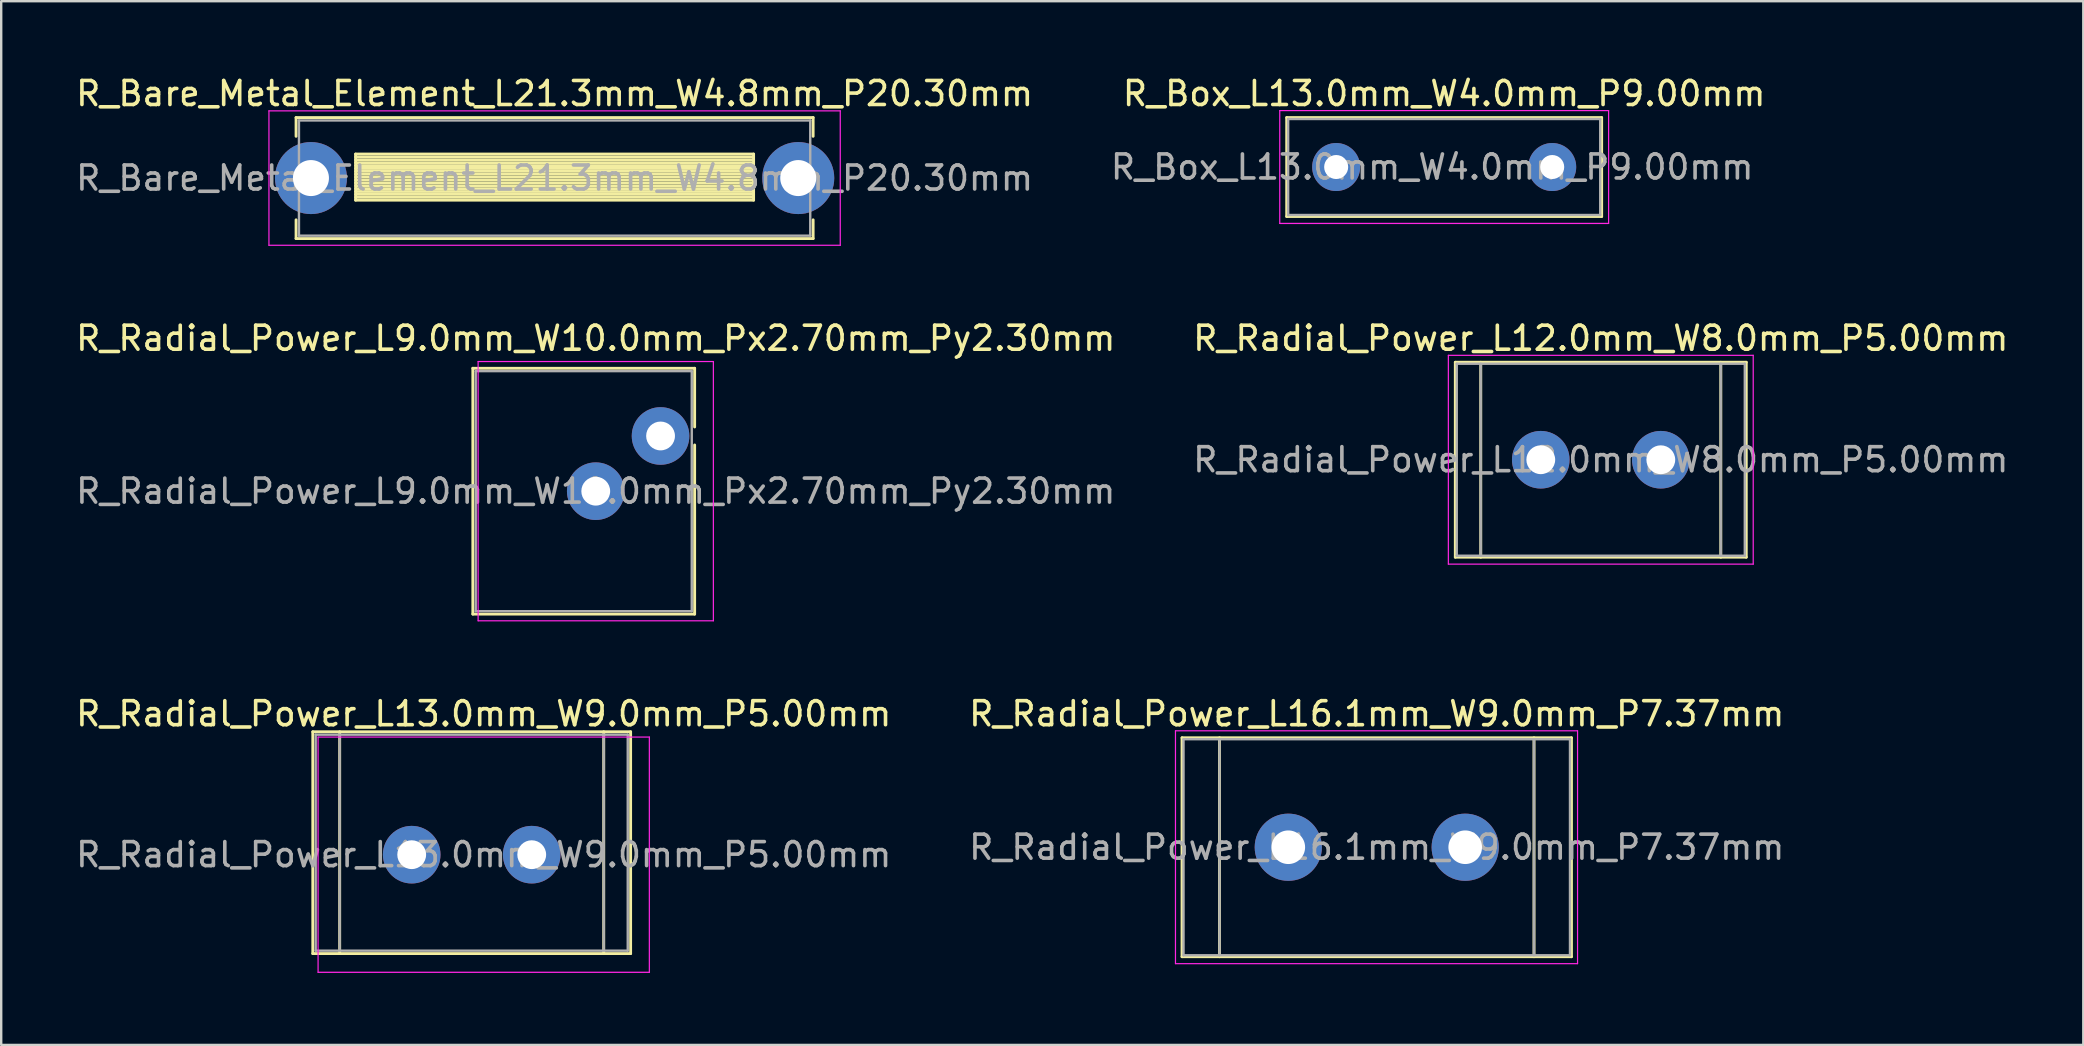
<source format=kicad_pcb>
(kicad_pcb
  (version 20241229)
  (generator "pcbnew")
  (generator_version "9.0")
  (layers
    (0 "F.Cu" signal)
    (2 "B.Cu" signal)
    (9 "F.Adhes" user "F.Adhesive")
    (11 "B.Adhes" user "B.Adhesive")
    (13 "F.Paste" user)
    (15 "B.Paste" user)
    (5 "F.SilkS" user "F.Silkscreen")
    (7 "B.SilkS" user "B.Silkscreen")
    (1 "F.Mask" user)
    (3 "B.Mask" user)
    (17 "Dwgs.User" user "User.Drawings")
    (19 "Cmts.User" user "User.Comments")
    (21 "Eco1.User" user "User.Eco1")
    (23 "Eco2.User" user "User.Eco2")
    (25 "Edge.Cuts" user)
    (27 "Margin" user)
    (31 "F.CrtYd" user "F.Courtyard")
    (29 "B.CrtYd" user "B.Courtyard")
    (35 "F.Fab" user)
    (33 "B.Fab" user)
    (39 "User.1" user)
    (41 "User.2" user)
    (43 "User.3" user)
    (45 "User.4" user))
  (footprint "R_Radial_Power_L13.0mm_W9.0mm_P5.00mm"
    (layer "F.Cu")
    (at 15.101 32.555)
    (property "Reference" "R_Radial_Power_L13.0mm_W9.0mm_P5.00mm" (at 2 -5.87 0) (layer "F.SilkS") (effects (font (size 1 1) (thickness 0.15))))
    (attr through_hole)
    (fp_line (start -5.12 -5.12) (end -5.12 4.12) (stroke (width 0.12) (type solid)) (layer "F.SilkS"))
    (fp_line (start -5.12 -5.12) (end 8.12 -5.12) (stroke (width 0.12) (type solid)) (layer "F.SilkS"))
    (fp_line (start -5.12 4.12) (end 8.12 4.12) (stroke (width 0.12) (type solid)) (layer "F.SilkS"))
    (fp_line (start -4 -5.12) (end -4 4.12) (stroke (width 0.12) (type solid)) (layer "F.SilkS"))
    (fp_line (start 7 -5.12) (end 7 4.12) (stroke (width 0.12) (type solid)) (layer "F.SilkS"))
    (fp_line (start 8.12 -5.12) (end 8.12 4.12) (stroke (width 0.12) (type solid)) (layer "F.SilkS"))
    (fp_line (start -4.9 -4.9) (end -4.9 4.9) (stroke (width 0.05) (type solid)) (layer "F.CrtYd"))
    (fp_line (start -4.9 4.9) (end 8.9 4.9) (stroke (width 0.05) (type solid)) (layer "F.CrtYd"))
    (fp_line (start 8.9 -4.9) (end -4.9 -4.9) (stroke (width 0.05) (type solid)) (layer "F.CrtYd"))
    (fp_line (start 8.9 4.9) (end 8.9 -4.9) (stroke (width 0.05) (type solid)) (layer "F.CrtYd"))
    (fp_line (start -5 -5) (end -5 4) (stroke (width 0.1) (type solid)) (layer "F.Fab"))
    (fp_line (start -5 4) (end 8 4) (stroke (width 0.1) (type solid)) (layer "F.Fab"))
    (fp_line (start -4 -5) (end -4 4) (stroke (width 0.1) (type solid)) (layer "F.Fab"))
    (fp_line (start 7 -5) (end 7 4) (stroke (width 0.1) (type solid)) (layer "F.Fab"))
    (fp_line (start 8 -5) (end -5 -5) (stroke (width 0.1) (type solid)) (layer "F.Fab"))
    (fp_line (start 8 4) (end 8 -5) (stroke (width 0.1) (type solid)) (layer "F.Fab"))
    (fp_text user "${REFERENCE}" (at 2 0 0) (layer "F.Fab") (effects (font (size 1 1) (thickness 0.15))))
    (pad "1" thru_hole circle (at -1 0) (size 2.4 2.4) (drill 1.2) (layers "*.Cu" "*.Mask"))
    (pad "2" thru_hole circle (at 4 0) (size 2.4 2.4) (drill 1.2) (layers "*.Cu" "*.Mask")))
  (footprint "R_Radial_Power_L9.0mm_W10.0mm_Px2.70mm_Py2.30mm"
    (layer "F.Cu")
    (at 21.768 17.412)
    (property "Reference" "R_Radial_Power_L9.0mm_W10.0mm_Px2.70mm_Py2.30mm" (at 0 -6.37 0) (layer "F.SilkS") (effects (font (size 1 1) (thickness 0.15))))
    (attr through_hole)
    (fp_line (start -5.12 -5.12) (end -5.12 5.12) (stroke (width 0.12) (type solid)) (layer "F.SilkS"))
    (fp_line (start -5.12 -5.12) (end 4.12 -5.12) (stroke (width 0.12) (type solid)) (layer "F.SilkS"))
    (fp_line (start -5.12 5.12) (end 4.12 5.12) (stroke (width 0.12) (type solid)) (layer "F.SilkS"))
    (fp_line (start 4.12 -5.12) (end 4.12 -2.675) (stroke (width 0.12) (type solid)) (layer "F.SilkS"))
    (fp_line (start 4.12 -1.925) (end 4.12 5.12) (stroke (width 0.12) (type solid)) (layer "F.SilkS"))
    (fp_line (start -4.9 -5.4) (end -4.9 5.4) (stroke (width 0.05) (type solid)) (layer "F.CrtYd"))
    (fp_line (start -4.9 5.4) (end 4.9 5.4) (stroke (width 0.05) (type solid)) (layer "F.CrtYd"))
    (fp_line (start 4.9 -5.4) (end -4.9 -5.4) (stroke (width 0.05) (type solid)) (layer "F.CrtYd"))
    (fp_line (start 4.9 5.4) (end 4.9 -5.4) (stroke (width 0.05) (type solid)) (layer "F.CrtYd"))
    (fp_line (start -5 -5) (end -5 5) (stroke (width 0.1) (type solid)) (layer "F.Fab"))
    (fp_line (start -5 5) (end 4 5) (stroke (width 0.1) (type solid)) (layer "F.Fab"))
    (fp_line (start 4 -5) (end -5 -5) (stroke (width 0.1) (type solid)) (layer "F.Fab"))
    (fp_line (start 4 5) (end 4 -5) (stroke (width 0.1) (type solid)) (layer "F.Fab"))
    (fp_text user "${REFERENCE}" (at 0 0 0) (layer "F.Fab") (effects (font (size 1 1) (thickness 0.15))))
    (pad "1" thru_hole circle (at 0 0) (size 2.4 2.4) (drill 1.2) (layers "*.Cu" "*.Mask"))
    (pad "2" thru_hole circle (at 2.7 -2.3) (size 2.4 2.4) (drill 1.2) (layers "*.Cu" "*.Mask")))
  (footprint "R_Bare_Metal_Element_L21.3mm_W4.8mm_P20.30mm"
    (layer "F.Cu")
    (at 9.904 4.368)
    (property "Reference" "R_Bare_Metal_Element_L21.3mm_W4.8mm_P20.30mm" (at 10.15 -3.52 0) (layer "F.SilkS") (effects (font (size 1 1) (thickness 0.15))))
    (attr through_hole)
    (fp_line (start -0.62 -2.52) (end 20.92 -2.52) (stroke (width 0.12) (type solid)) (layer "F.SilkS"))
    (fp_line (start -0.62 -1.74) (end -0.62 -2.52) (stroke (width 0.12) (type solid)) (layer "F.SilkS"))
    (fp_line (start -0.62 1.74) (end -0.62 2.52) (stroke (width 0.12) (type solid)) (layer "F.SilkS"))
    (fp_line (start -0.62 2.52) (end 20.92 2.52) (stroke (width 0.12) (type solid)) (layer "F.SilkS"))
    (fp_line (start 1.86 -1) (end 1.86 0.92) (stroke (width 0.12) (type solid)) (layer "F.SilkS"))
    (fp_line (start 1.86 -1) (end 18.44 -1) (stroke (width 0.12) (type solid)) (layer "F.SilkS"))
    (fp_line (start 1.86 -0.88) (end 18.44 -0.88) (stroke (width 0.12) (type solid)) (layer "F.SilkS"))
    (fp_line (start 1.86 -0.76) (end 18.44 -0.76) (stroke (width 0.12) (type solid)) (layer "F.SilkS"))
    (fp_line (start 1.86 -0.64) (end 18.44 -0.64) (stroke (width 0.12) (type solid)) (layer "F.SilkS"))
    (fp_line (start 1.86 -0.52) (end 18.44 -0.52) (stroke (width 0.12) (type solid)) (layer "F.SilkS"))
    (fp_line (start 1.86 -0.4) (end 18.44 -0.4) (stroke (width 0.12) (type solid)) (layer "F.SilkS"))
    (fp_line (start 1.86 -0.28) (end 18.44 -0.28) (stroke (width 0.12) (type solid)) (layer "F.SilkS"))
    (fp_line (start 1.86 -0.16) (end 18.44 -0.16) (stroke (width 0.12) (type solid)) (layer "F.SilkS"))
    (fp_line (start 1.86 -0.04) (end 18.44 -0.04) (stroke (width 0.12) (type solid)) (layer "F.SilkS"))
    (fp_line (start 1.86 0.08) (end 18.44 0.08) (stroke (width 0.12) (type solid)) (layer "F.SilkS"))
    (fp_line (start 1.86 0.2) (end 18.44 0.2) (stroke (width 0.12) (type solid)) (layer "F.SilkS"))
    (fp_line (start 1.86 0.32) (end 18.44 0.32) (stroke (width 0.12) (type solid)) (layer "F.SilkS"))
    (fp_line (start 1.86 0.44) (end 18.44 0.44) (stroke (width 0.12) (type solid)) (layer "F.SilkS"))
    (fp_line (start 1.86 0.56) (end 18.44 0.56) (stroke (width 0.12) (type solid)) (layer "F.SilkS"))
    (fp_line (start 1.86 0.68) (end 18.44 0.68) (stroke (width 0.12) (type solid)) (layer "F.SilkS"))
    (fp_line (start 1.86 0.8) (end 18.44 0.8) (stroke (width 0.12) (type solid)) (layer "F.SilkS"))
    (fp_line (start 1.86 0.92) (end 18.44 0.92) (stroke (width 0.12) (type solid)) (layer "F.SilkS"))
    (fp_line (start 18.44 -1) (end 18.44 0.92) (stroke (width 0.12) (type solid)) (layer "F.SilkS"))
    (fp_line (start 20.92 -2.52) (end 20.92 -1.74) (stroke (width 0.12) (type solid)) (layer "F.SilkS"))
    (fp_line (start 20.92 2.52) (end 20.92 1.74) (stroke (width 0.12) (type solid)) (layer "F.SilkS"))
    (fp_line (start -1.75 -2.8) (end -1.75 2.8) (stroke (width 0.05) (type solid)) (layer "F.CrtYd"))
    (fp_line (start -1.75 2.8) (end 22.05 2.8) (stroke (width 0.05) (type solid)) (layer "F.CrtYd"))
    (fp_line (start 22.05 -2.8) (end -1.75 -2.8) (stroke (width 0.05) (type solid)) (layer "F.CrtYd"))
    (fp_line (start 22.05 2.8) (end 22.05 -2.8) (stroke (width 0.05) (type solid)) (layer "F.CrtYd"))
    (fp_line (start -0.5 -2.4) (end -0.5 2.4) (stroke (width 0.1) (type solid)) (layer "F.Fab"))
    (fp_line (start -0.5 2.4) (end 20.8 2.4) (stroke (width 0.1) (type solid)) (layer "F.Fab"))
    (fp_line (start 20.8 -2.4) (end -0.5 -2.4) (stroke (width 0.1) (type solid)) (layer "F.Fab"))
    (fp_line (start 20.8 2.4) (end 20.8 -2.4) (stroke (width 0.1) (type solid)) (layer "F.Fab"))
    (fp_text user "${REFERENCE}" (at 10.15 0 0) (layer "F.Fab") (effects (font (size 1 1) (thickness 0.15))))
    (pad "1" thru_hole circle (at 0 0) (size 3 3) (drill 1.5) (layers "*.Cu" "*.Mask"))
    (pad "2" thru_hole oval (at 20.3 0) (size 3 3) (drill 1.5) (layers "*.Cu" "*.Mask")))
  (footprint "R_Box_L13.0mm_W4.0mm_P9.00mm"
    (layer "F.Cu")
    (at 52.613 3.908)
    (property "Reference" "R_Box_L13.0mm_W4.0mm_P9.00mm" (at 4.5 -3.06 0) (layer "F.SilkS") (effects (font (size 1 1) (thickness 0.15))))
    (attr through_hole)
    (fp_line (start -2.06 -2.06) (end -2.06 2.06) (stroke (width 0.12) (type solid)) (layer "F.SilkS"))
    (fp_line (start -2.06 -2.06) (end 11.06 -2.06) (stroke (width 0.12) (type solid)) (layer "F.SilkS"))
    (fp_line (start -2.06 2.06) (end 11.06 2.06) (stroke (width 0.12) (type solid)) (layer "F.SilkS"))
    (fp_line (start 11.06 -2.06) (end 11.06 2.06) (stroke (width 0.12) (type solid)) (layer "F.SilkS"))
    (fp_line (start -2.35 -2.35) (end -2.35 2.35) (stroke (width 0.05) (type solid)) (layer "F.CrtYd"))
    (fp_line (start -2.35 2.35) (end 11.35 2.35) (stroke (width 0.05) (type solid)) (layer "F.CrtYd"))
    (fp_line (start 11.35 -2.35) (end -2.35 -2.35) (stroke (width 0.05) (type solid)) (layer "F.CrtYd"))
    (fp_line (start 11.35 2.35) (end 11.35 -2.35) (stroke (width 0.05) (type solid)) (layer "F.CrtYd"))
    (fp_line (start -2 -2) (end -2 2) (stroke (width 0.1) (type solid)) (layer "F.Fab"))
    (fp_line (start -2 2) (end 11 2) (stroke (width 0.1) (type solid)) (layer "F.Fab"))
    (fp_line (start 11 -2) (end -2 -2) (stroke (width 0.1) (type solid)) (layer "F.Fab"))
    (fp_line (start 11 2) (end 11 -2) (stroke (width 0.1) (type solid)) (layer "F.Fab"))
    (fp_text user "${REFERENCE}" (at 4 0 0) (layer "F.Fab") (effects (font (size 1 1) (thickness 0.15))))
    (pad "1" thru_hole circle (at 0 0) (size 2 2) (drill 1) (layers "*.Cu" "*.Mask"))
    (pad "2" thru_hole circle (at 9 0) (size 2 2) (drill 1) (layers "*.Cu" "*.Mask")))
  (footprint "R_Radial_Power_L12.0mm_W8.0mm_P5.00mm"
    (layer "F.Cu")
    (at 61.137 16.102)
    (property "Reference" "R_Radial_Power_L12.0mm_W8.0mm_P5.00mm" (at 2.5 -5.06 0) (layer "F.SilkS") (effects (font (size 1 1) (thickness 0.15))))
    (attr through_hole)
    (fp_line (start -3.56 -4.06) (end -3.56 4.06) (stroke (width 0.12) (type solid)) (layer "F.SilkS"))
    (fp_line (start -3.56 -4.06) (end 8.56 -4.06) (stroke (width 0.12) (type solid)) (layer "F.SilkS"))
    (fp_line (start -3.56 4.06) (end 8.56 4.06) (stroke (width 0.12) (type solid)) (layer "F.SilkS"))
    (fp_line (start -2.5 -4.06) (end -2.5 4.06) (stroke (width 0.12) (type solid)) (layer "F.SilkS"))
    (fp_line (start 7.5 -4.06) (end 7.5 4.06) (stroke (width 0.12) (type solid)) (layer "F.SilkS"))
    (fp_line (start 8.56 -4.06) (end 8.56 4.06) (stroke (width 0.12) (type solid)) (layer "F.SilkS"))
    (fp_line (start -3.85 -4.35) (end -3.85 4.35) (stroke (width 0.05) (type solid)) (layer "F.CrtYd"))
    (fp_line (start -3.85 4.35) (end 8.85 4.35) (stroke (width 0.05) (type solid)) (layer "F.CrtYd"))
    (fp_line (start 8.85 -4.35) (end -3.85 -4.35) (stroke (width 0.05) (type solid)) (layer "F.CrtYd"))
    (fp_line (start 8.85 4.35) (end 8.85 -4.35) (stroke (width 0.05) (type solid)) (layer "F.CrtYd"))
    (fp_line (start -3.5 -4) (end -3.5 4) (stroke (width 0.1) (type solid)) (layer "F.Fab"))
    (fp_line (start -3.5 4) (end 8.5 4) (stroke (width 0.1) (type solid)) (layer "F.Fab"))
    (fp_line (start -2.5 -4) (end -2.5 4) (stroke (width 0.1) (type solid)) (layer "F.Fab"))
    (fp_line (start 7.5 -4) (end 7.5 4) (stroke (width 0.1) (type solid)) (layer "F.Fab"))
    (fp_line (start 8.5 -4) (end -3.5 -4) (stroke (width 0.1) (type solid)) (layer "F.Fab"))
    (fp_line (start 8.5 4) (end 8.5 -4) (stroke (width 0.1) (type solid)) (layer "F.Fab"))
    (fp_text user "${REFERENCE}" (at 2.5 0 0) (layer "F.Fab") (effects (font (size 1 1) (thickness 0.15))))
    (pad "1" thru_hole circle (at 0 0) (size 2.4 2.4) (drill 1.2) (layers "*.Cu" "*.Mask"))
    (pad "2" thru_hole circle (at 5 0) (size 2.4 2.4) (drill 1.2) (layers "*.Cu" "*.Mask")))
  (footprint "R_Radial_Power_L16.1mm_W9.0mm_P7.37mm"
    (layer "F.Cu")
    (at 50.619 32.245)
    (property "Reference" "R_Radial_Power_L16.1mm_W9.0mm_P7.37mm" (at 3.685 -5.56 0) (layer "F.SilkS") (effects (font (size 1 1) (thickness 0.15))))
    (attr through_hole)
    (fp_line (start -4.426 -4.56) (end -4.426 4.56) (stroke (width 0.12) (type solid)) (layer "F.SilkS"))
    (fp_line (start -4.426 -4.56) (end 11.796 -4.56) (stroke (width 0.12) (type solid)) (layer "F.SilkS"))
    (fp_line (start -4.426 4.56) (end 11.796 4.56) (stroke (width 0.12) (type solid)) (layer "F.SilkS"))
    (fp_line (start -2.866 -4.56) (end -2.866 4.56) (stroke (width 0.12) (type solid)) (layer "F.SilkS"))
    (fp_line (start 10.236 -4.56) (end 10.236 4.56) (stroke (width 0.12) (type solid)) (layer "F.SilkS"))
    (fp_line (start 11.796 -4.56) (end 11.796 4.56) (stroke (width 0.12) (type solid)) (layer "F.SilkS"))
    (fp_line (start -4.7 -4.85) (end -4.7 4.85) (stroke (width 0.05) (type solid)) (layer "F.CrtYd"))
    (fp_line (start -4.7 4.85) (end 12.05 4.85) (stroke (width 0.05) (type solid)) (layer "F.CrtYd"))
    (fp_line (start 12.05 -4.85) (end -4.7 -4.85) (stroke (width 0.05) (type solid)) (layer "F.CrtYd"))
    (fp_line (start 12.05 4.85) (end 12.05 -4.85) (stroke (width 0.05) (type solid)) (layer "F.CrtYd"))
    (fp_line (start -4.365 -4.5) (end -4.365 4.5) (stroke (width 0.1) (type solid)) (layer "F.Fab"))
    (fp_line (start -4.365 4.5) (end 11.735 4.5) (stroke (width 0.1) (type solid)) (layer "F.Fab"))
    (fp_line (start -2.865 -4.5) (end -2.865 4.5) (stroke (width 0.1) (type solid)) (layer "F.Fab"))
    (fp_line (start 10.235 -4.5) (end 10.235 4.5) (stroke (width 0.1) (type solid)) (layer "F.Fab"))
    (fp_line (start 11.735 -4.5) (end -4.365 -4.5) (stroke (width 0.1) (type solid)) (layer "F.Fab"))
    (fp_line (start 11.735 4.5) (end 11.735 -4.5) (stroke (width 0.1) (type solid)) (layer "F.Fab"))
    (fp_text user "${REFERENCE}" (at 3.685 0 0) (layer "F.Fab") (effects (font (size 1 1) (thickness 0.15))))
    (pad "1" thru_hole circle (at 0 0) (size 2.8 2.8) (drill 1.4) (layers "*.Cu" "*.Mask"))
    (pad "2" thru_hole circle (at 7.37 0) (size 2.8 2.8) (drill 1.4) (layers "*.Cu" "*.Mask")))
  (gr_rect
    (start -3 -3)
    (end 83.738 40.48)
    (stroke (width 0.1) (type default))
    (fill no)
    (layer "Edge.Cuts")))
</source>
